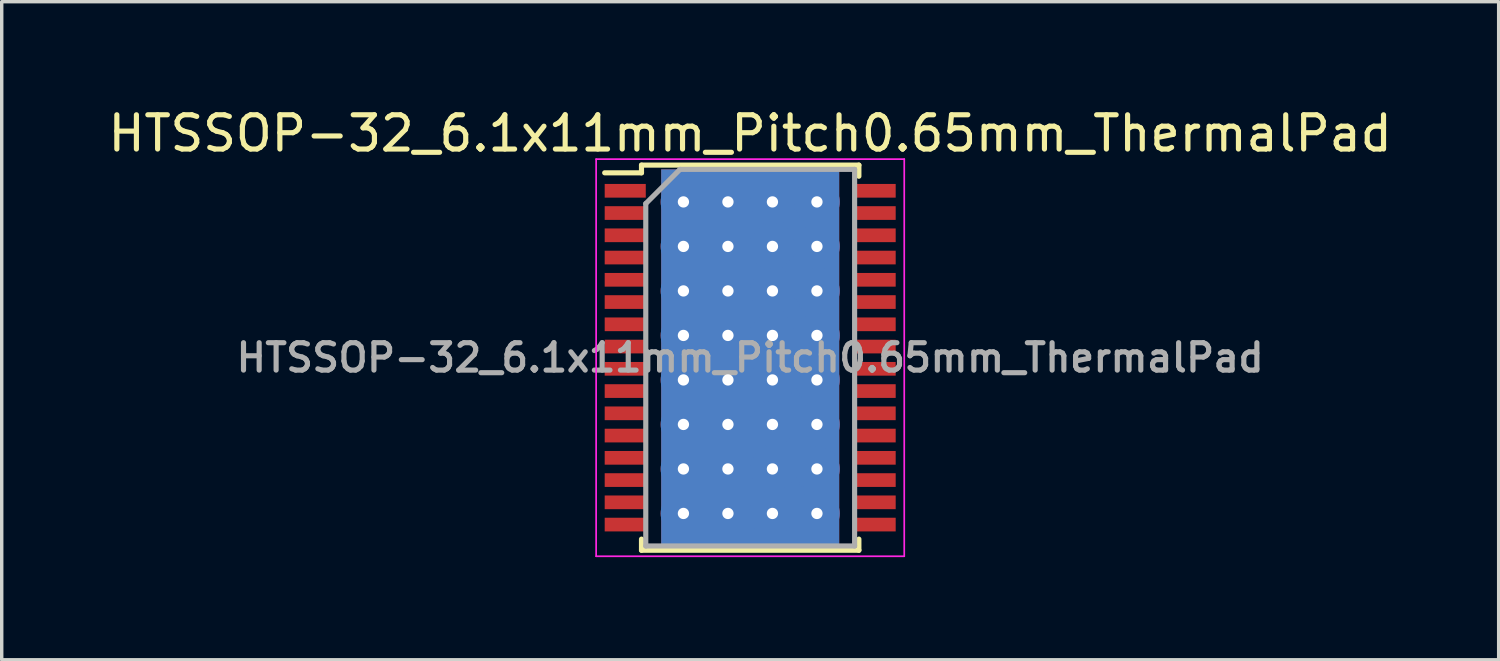
<source format=kicad_pcb>
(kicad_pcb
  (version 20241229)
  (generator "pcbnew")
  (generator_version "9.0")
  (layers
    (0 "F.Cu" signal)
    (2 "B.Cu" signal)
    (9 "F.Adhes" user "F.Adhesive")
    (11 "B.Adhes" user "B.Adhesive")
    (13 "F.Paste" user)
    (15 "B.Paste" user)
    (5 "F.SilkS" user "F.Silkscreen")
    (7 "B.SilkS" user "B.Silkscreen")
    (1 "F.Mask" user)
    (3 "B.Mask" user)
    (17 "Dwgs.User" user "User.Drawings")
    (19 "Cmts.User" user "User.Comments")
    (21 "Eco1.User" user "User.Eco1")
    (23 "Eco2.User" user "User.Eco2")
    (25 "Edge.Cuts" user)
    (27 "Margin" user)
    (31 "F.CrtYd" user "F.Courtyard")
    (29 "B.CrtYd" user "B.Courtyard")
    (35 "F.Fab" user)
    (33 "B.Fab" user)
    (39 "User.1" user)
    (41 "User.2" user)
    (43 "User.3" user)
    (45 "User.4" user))
  (footprint "HTSSOP-32_6.1x11mm_Pitch0.65mm_ThermalPad"
    (layer "F.Cu")
    (at 18.863 7.398)
    (property "Reference" "HTSSOP-32_6.1x11mm_Pitch0.65mm_ThermalPad" (at 0 -6.55 0) (layer "F.SilkS") (effects (font (size 1 1) (thickness 0.15))))
    (attr smd)
    (fp_line (start -4.25 -5.4) (end -3.175 -5.4) (stroke (width 0.15) (type solid)) (layer "F.SilkS"))
    (fp_line (start -3.175 -5.625) (end 3.175 -5.625) (stroke (width 0.15) (type solid)) (layer "F.SilkS"))
    (fp_line (start -3.175 -5.4) (end -3.175 -5.625) (stroke (width 0.15) (type solid)) (layer "F.SilkS"))
    (fp_line (start -3.175 5.3) (end -3.175 5.625) (stroke (width 0.15) (type solid)) (layer "F.SilkS"))
    (fp_line (start -3.175 5.625) (end 3.175 5.625) (stroke (width 0.15) (type solid)) (layer "F.SilkS"))
    (fp_line (start 3.175 -5.625) (end 3.175 -5.3) (stroke (width 0.15) (type solid)) (layer "F.SilkS"))
    (fp_line (start 3.175 5.625) (end 3.175 5.3) (stroke (width 0.15) (type solid)) (layer "F.SilkS"))
    (fp_line (start -4.5 -5.8) (end -4.5 5.8) (stroke (width 0.05) (type solid)) (layer "F.CrtYd"))
    (fp_line (start -4.5 5.8) (end 4.5 5.8) (stroke (width 0.05) (type solid)) (layer "F.CrtYd"))
    (fp_line (start 4.5 -5.8) (end -4.5 -5.8) (stroke (width 0.05) (type solid)) (layer "F.CrtYd"))
    (fp_line (start 4.5 5.8) (end 4.5 -5.8) (stroke (width 0.05) (type solid)) (layer "F.CrtYd"))
    (fp_line (start -3.05 -4.5) (end -2.05 -5.5) (stroke (width 0.15) (type solid)) (layer "F.Fab"))
    (fp_line (start -3.05 5.5) (end -3.05 -4.5) (stroke (width 0.15) (type solid)) (layer "F.Fab"))
    (fp_line (start -2.05 -5.5) (end 3.05 -5.5) (stroke (width 0.15) (type solid)) (layer "F.Fab"))
    (fp_line (start 3.05 -5.5) (end 3.05 5.5) (stroke (width 0.15) (type solid)) (layer "F.Fab"))
    (fp_line (start 3.05 5.5) (end -3.05 5.5) (stroke (width 0.15) (type solid)) (layer "F.Fab"))
    (fp_text user "${REFERENCE}" (at 0 0 0) (layer "F.Fab") (effects (font (size 0.8 0.8) (thickness 0.15))))
    (pad "1" smd rect (at -3.65 -4.875) (size 1.2 0.4) (layers "F.Cu" "F.Mask" "F.Paste"))
    (pad "2" smd rect (at -3.65 -4.225) (size 1.2 0.4) (layers "F.Cu" "F.Mask" "F.Paste"))
    (pad "3" smd rect (at -3.65 -3.575) (size 1.2 0.4) (layers "F.Cu" "F.Mask" "F.Paste"))
    (pad "4" smd rect (at -3.65 -2.925) (size 1.2 0.4) (layers "F.Cu" "F.Mask" "F.Paste"))
    (pad "5" smd rect (at -3.65 -2.275) (size 1.2 0.4) (layers "F.Cu" "F.Mask" "F.Paste"))
    (pad "6" smd rect (at -3.65 -1.625) (size 1.2 0.4) (layers "F.Cu" "F.Mask" "F.Paste"))
    (pad "7" smd rect (at -3.65 -0.975) (size 1.2 0.4) (layers "F.Cu" "F.Mask" "F.Paste"))
    (pad "8" smd rect (at -3.65 -0.325) (size 1.2 0.4) (layers "F.Cu" "F.Mask" "F.Paste"))
    (pad "9" smd rect (at -3.65 0.325) (size 1.2 0.4) (layers "F.Cu" "F.Mask" "F.Paste"))
    (pad "10" smd rect (at -3.65 0.975) (size 1.2 0.4) (layers "F.Cu" "F.Mask" "F.Paste"))
    (pad "11" smd rect (at -3.65 1.625) (size 1.2 0.4) (layers "F.Cu" "F.Mask" "F.Paste"))
    (pad "12" smd rect (at -3.65 2.275) (size 1.2 0.4) (layers "F.Cu" "F.Mask" "F.Paste"))
    (pad "13" smd rect (at -3.65 2.925) (size 1.2 0.4) (layers "F.Cu" "F.Mask" "F.Paste"))
    (pad "14" smd rect (at -3.65 3.575) (size 1.2 0.4) (layers "F.Cu" "F.Mask" "F.Paste"))
    (pad "15" smd rect (at -3.65 4.225) (size 1.2 0.4) (layers "F.Cu" "F.Mask" "F.Paste"))
    (pad "16" smd rect (at -3.65 4.875) (size 1.2 0.4) (layers "F.Cu" "F.Mask" "F.Paste"))
    (pad "17" smd rect (at 3.65 4.875) (size 1.2 0.4) (layers "F.Cu" "F.Mask" "F.Paste"))
    (pad "18" smd rect (at 3.65 4.225) (size 1.2 0.4) (layers "F.Cu" "F.Mask" "F.Paste"))
    (pad "19" smd rect (at 3.65 3.575) (size 1.2 0.4) (layers "F.Cu" "F.Mask" "F.Paste"))
    (pad "20" smd rect (at 3.65 2.925) (size 1.2 0.4) (layers "F.Cu" "F.Mask" "F.Paste"))
    (pad "21" smd rect (at 3.65 2.275) (size 1.2 0.4) (layers "F.Cu" "F.Mask" "F.Paste"))
    (pad "22" smd rect (at 3.65 1.625) (size 1.2 0.4) (layers "F.Cu" "F.Mask" "F.Paste"))
    (pad "23" smd rect (at 3.65 0.975) (size 1.2 0.4) (layers "F.Cu" "F.Mask" "F.Paste"))
    (pad "24" smd rect (at 3.65 0.325) (size 1.2 0.4) (layers "F.Cu" "F.Mask" "F.Paste"))
    (pad "25" smd rect (at 3.65 -0.325) (size 1.2 0.4) (layers "F.Cu" "F.Mask" "F.Paste"))
    (pad "26" smd rect (at 3.65 -0.975) (size 1.2 0.4) (layers "F.Cu" "F.Mask" "F.Paste"))
    (pad "27" smd rect (at 3.65 -1.625) (size 1.2 0.4) (layers "F.Cu" "F.Mask" "F.Paste"))
    (pad "28" smd rect (at 3.65 -2.275) (size 1.2 0.4) (layers "F.Cu" "F.Mask" "F.Paste"))
    (pad "29" smd rect (at 3.65 -2.925) (size 1.2 0.4) (layers "F.Cu" "F.Mask" "F.Paste"))
    (pad "30" smd rect (at 3.65 -3.575) (size 1.2 0.4) (layers "F.Cu" "F.Mask" "F.Paste"))
    (pad "31" smd rect (at 3.65 -4.225) (size 1.2 0.4) (layers "F.Cu" "F.Mask" "F.Paste"))
    (pad "32" smd rect (at 3.65 -4.875) (size 1.2 0.4) (layers "F.Cu" "F.Mask" "F.Paste"))
    (pad "33" thru_hole circle (at -1.95 -4.55) (size 1.33 1.33) (drill 0.33) (layers "*.Cu"))
    (pad "33" thru_hole circle (at -1.95 -3.25) (size 1.33 1.33) (drill 0.33) (layers "*.Cu"))
    (pad "33" thru_hole circle (at -1.95 -1.95) (size 1.33 1.33) (drill 0.33) (layers "*.Cu"))
    (pad "33" thru_hole circle (at -1.95 -0.65) (size 1.33 1.33) (drill 0.33) (layers "*.Cu"))
    (pad "33" thru_hole circle (at -1.95 0.65) (size 1.33 1.33) (drill 0.33) (layers "*.Cu"))
    (pad "33" thru_hole circle (at -1.95 1.95) (size 1.33 1.33) (drill 0.33) (layers "*.Cu"))
    (pad "33" thru_hole circle (at -1.95 3.25) (size 1.33 1.33) (drill 0.33) (layers "*.Cu"))
    (pad "33" thru_hole circle (at -1.95 4.55) (size 1.33 1.33) (drill 0.33) (layers "*.Cu"))
    (pad "33" thru_hole circle (at -0.65 -4.55) (size 1.33 1.33) (drill 0.33) (layers "*.Cu"))
    (pad "33" thru_hole circle (at -0.65 -3.25) (size 1.33 1.33) (drill 0.33) (layers "*.Cu"))
    (pad "33" thru_hole circle (at -0.65 -1.95) (size 1.33 1.33) (drill 0.33) (layers "*.Cu"))
    (pad "33" thru_hole circle (at -0.65 -0.65) (size 1.33 1.33) (drill 0.33) (layers "*.Cu"))
    (pad "33" thru_hole circle (at -0.65 0.65) (size 1.33 1.33) (drill 0.33) (layers "*.Cu"))
    (pad "33" thru_hole circle (at -0.65 1.95) (size 1.33 1.33) (drill 0.33) (layers "*.Cu"))
    (pad "33" thru_hole circle (at -0.65 3.25) (size 1.33 1.33) (drill 0.33) (layers "*.Cu"))
    (pad "33" thru_hole circle (at -0.65 4.55) (size 1.33 1.33) (drill 0.33) (layers "*.Cu"))
    (pad "33" smd rect (at 0 0) (size 4.11 4.36) (layers "F.Cu" "F.Mask" "F.Paste"))
    (pad "33" smd rect (at 0 0) (size 5.2 11) (layers "*.Cu"))
    (pad "33" thru_hole circle (at 0.65 -4.55) (size 1.33 1.33) (drill 0.33) (layers "*.Cu"))
    (pad "33" thru_hole circle (at 0.65 -3.25) (size 1.33 1.33) (drill 0.33) (layers "*.Cu"))
    (pad "33" thru_hole circle (at 0.65 -1.95) (size 1.33 1.33) (drill 0.33) (layers "*.Cu"))
    (pad "33" thru_hole circle (at 0.65 -0.65) (size 1.33 1.33) (drill 0.33) (layers "*.Cu"))
    (pad "33" thru_hole circle (at 0.65 0.65) (size 1.33 1.33) (drill 0.33) (layers "*.Cu"))
    (pad "33" thru_hole circle (at 0.65 1.95) (size 1.33 1.33) (drill 0.33) (layers "*.Cu"))
    (pad "33" thru_hole circle (at 0.65 3.25) (size 1.33 1.33) (drill 0.33) (layers "*.Cu"))
    (pad "33" thru_hole circle (at 0.65 4.55) (size 1.33 1.33) (drill 0.33) (layers "*.Cu"))
    (pad "33" thru_hole circle (at 1.95 -4.55) (size 1.33 1.33) (drill 0.33) (layers "*.Cu"))
    (pad "33" thru_hole circle (at 1.95 -3.25) (size 1.33 1.33) (drill 0.33) (layers "*.Cu"))
    (pad "33" thru_hole circle (at 1.95 -1.95) (size 1.33 1.33) (drill 0.33) (layers "*.Cu"))
    (pad "33" thru_hole circle (at 1.95 -0.65) (size 1.33 1.33) (drill 0.33) (layers "*.Cu"))
    (pad "33" thru_hole circle (at 1.95 0.65) (size 1.33 1.33) (drill 0.33) (layers "*.Cu"))
    (pad "33" thru_hole circle (at 1.95 1.95) (size 1.33 1.33) (drill 0.33) (layers "*.Cu"))
    (pad "33" thru_hole circle (at 1.95 3.25) (size 1.33 1.33) (drill 0.33) (layers "*.Cu"))
    (pad "33" thru_hole circle (at 1.95 4.55) (size 1.33 1.33) (drill 0.33) (layers "*.Cu")))
  (gr_rect
    (start -3 -3)
    (end 40.726 16.223)
    (stroke (width 0.1) (type default))
    (fill no)
    (layer "Edge.Cuts")))
</source>
